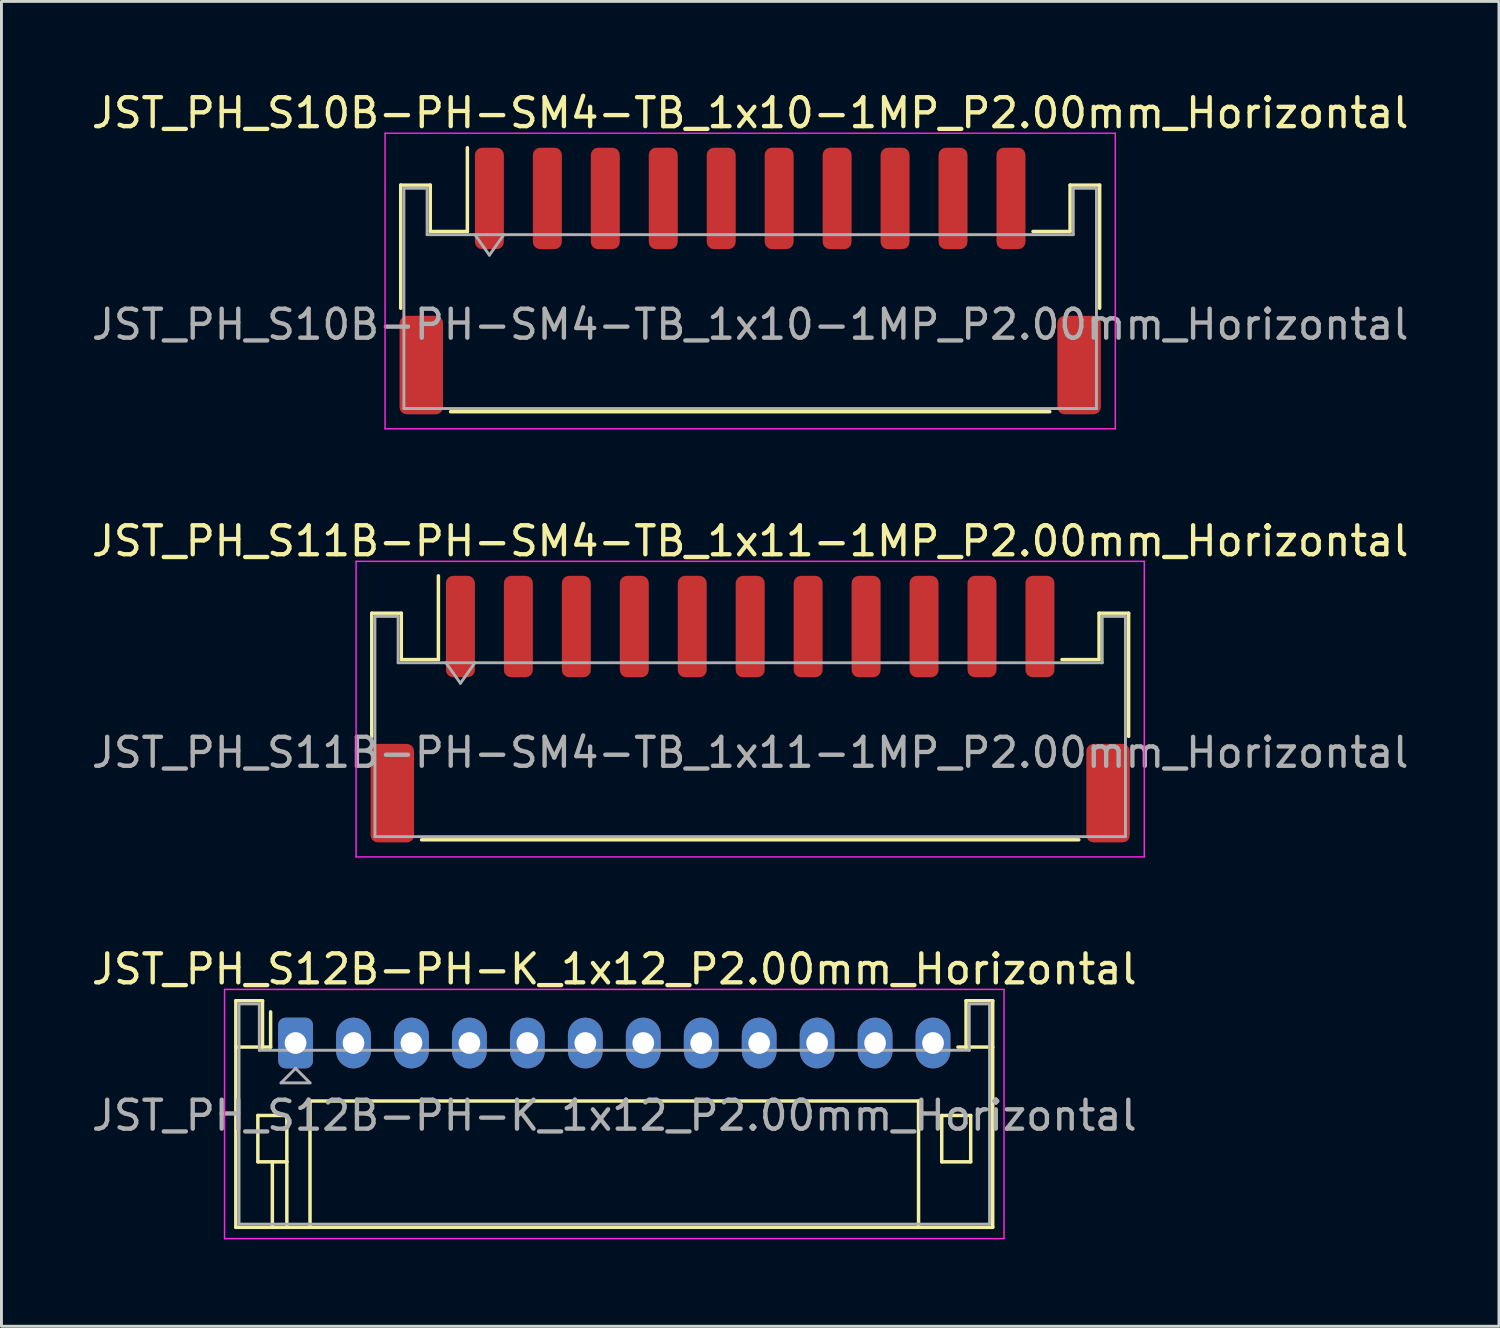
<source format=kicad_pcb>
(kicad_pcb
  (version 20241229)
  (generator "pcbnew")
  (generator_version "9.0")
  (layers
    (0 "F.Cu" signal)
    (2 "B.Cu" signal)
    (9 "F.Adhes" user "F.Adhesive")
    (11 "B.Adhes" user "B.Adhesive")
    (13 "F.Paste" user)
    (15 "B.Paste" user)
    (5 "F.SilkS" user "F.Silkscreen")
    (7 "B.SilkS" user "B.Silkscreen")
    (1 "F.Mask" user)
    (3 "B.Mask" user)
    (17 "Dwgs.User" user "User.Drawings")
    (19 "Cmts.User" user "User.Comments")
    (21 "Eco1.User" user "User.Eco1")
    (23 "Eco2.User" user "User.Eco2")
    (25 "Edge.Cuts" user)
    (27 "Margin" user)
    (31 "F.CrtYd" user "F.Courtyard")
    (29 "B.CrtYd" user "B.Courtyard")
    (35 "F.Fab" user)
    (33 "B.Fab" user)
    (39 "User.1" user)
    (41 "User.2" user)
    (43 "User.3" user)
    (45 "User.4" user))
  (footprint "JST_PH_S10B-PH-SM4-TB_1x10-1MP_P2.00mm_Horizontal"
    (layer "F.Cu")
    (at 22.839 6.648)
    (property "Reference" "JST_PH_S10B-PH-SM4-TB_1x10-1MP_P2.00mm_Horizontal" (at 0 -5.8 0) (layer "F.SilkS") (effects (font (size 1 1) (thickness 0.15))))
    (attr smd)
    (fp_line (start -12.06 -3.31) (end -11.04 -3.31) (stroke (width 0.12) (type solid)) (layer "F.SilkS"))
    (fp_line (start -12.06 0.94) (end -12.06 -3.31) (stroke (width 0.12) (type solid)) (layer "F.SilkS"))
    (fp_line (start -11.04 -3.31) (end -11.04 -1.71) (stroke (width 0.12) (type solid)) (layer "F.SilkS"))
    (fp_line (start -11.04 -1.71) (end -9.76 -1.71) (stroke (width 0.12) (type solid)) (layer "F.SilkS"))
    (fp_line (start -10.34 4.51) (end 10.34 4.51) (stroke (width 0.12) (type solid)) (layer "F.SilkS"))
    (fp_line (start -9.76 -1.71) (end -9.76 -4.6) (stroke (width 0.12) (type solid)) (layer "F.SilkS"))
    (fp_line (start 11.04 -3.31) (end 11.04 -1.71) (stroke (width 0.12) (type solid)) (layer "F.SilkS"))
    (fp_line (start 11.04 -1.71) (end 9.76 -1.71) (stroke (width 0.12) (type solid)) (layer "F.SilkS"))
    (fp_line (start 12.06 -3.31) (end 11.04 -3.31) (stroke (width 0.12) (type solid)) (layer "F.SilkS"))
    (fp_line (start 12.06 0.94) (end 12.06 -3.31) (stroke (width 0.12) (type solid)) (layer "F.SilkS"))
    (fp_line (start -12.6 -5.1) (end -12.6 5.1) (stroke (width 0.05) (type solid)) (layer "F.CrtYd"))
    (fp_line (start -12.6 5.1) (end 12.6 5.1) (stroke (width 0.05) (type solid)) (layer "F.CrtYd"))
    (fp_line (start 12.6 -5.1) (end -12.6 -5.1) (stroke (width 0.05) (type solid)) (layer "F.CrtYd"))
    (fp_line (start 12.6 5.1) (end 12.6 -5.1) (stroke (width 0.05) (type solid)) (layer "F.CrtYd"))
    (fp_line (start -11.95 -3.2) (end -11.95 4.4) (stroke (width 0.1) (type solid)) (layer "F.Fab"))
    (fp_line (start -11.95 -3.2) (end -11.15 -3.2) (stroke (width 0.1) (type solid)) (layer "F.Fab"))
    (fp_line (start -11.95 4.4) (end 11.95 4.4) (stroke (width 0.1) (type solid)) (layer "F.Fab"))
    (fp_line (start -11.15 -3.2) (end -11.15 -1.6) (stroke (width 0.1) (type solid)) (layer "F.Fab"))
    (fp_line (start -11.15 -1.6) (end 11.15 -1.6) (stroke (width 0.1) (type solid)) (layer "F.Fab"))
    (fp_line (start -9.5 -1.6) (end -9 -0.893) (stroke (width 0.1) (type solid)) (layer "F.Fab"))
    (fp_line (start -9 -0.893) (end -8.5 -1.6) (stroke (width 0.1) (type solid)) (layer "F.Fab"))
    (fp_line (start 11.15 -3.2) (end 11.95 -3.2) (stroke (width 0.1) (type solid)) (layer "F.Fab"))
    (fp_line (start 11.15 -1.6) (end 11.15 -3.2) (stroke (width 0.1) (type solid)) (layer "F.Fab"))
    (fp_line (start 11.95 -3.2) (end 11.95 4.4) (stroke (width 0.1) (type solid)) (layer "F.Fab"))
    (fp_text user "${REFERENCE}" (at 0 1.5 0) (layer "F.Fab") (effects (font (size 1 1) (thickness 0.15))))
    (pad "1" smd roundrect (at -9 -2.85) (size 1 3.5) (layers "F.Cu" "F.Mask" "F.Paste") (roundrect_rratio 0.25))
    (pad "2" smd roundrect (at -7 -2.85) (size 1 3.5) (layers "F.Cu" "F.Mask" "F.Paste") (roundrect_rratio 0.25))
    (pad "3" smd roundrect (at -5 -2.85) (size 1 3.5) (layers "F.Cu" "F.Mask" "F.Paste") (roundrect_rratio 0.25))
    (pad "4" smd roundrect (at -3 -2.85) (size 1 3.5) (layers "F.Cu" "F.Mask" "F.Paste") (roundrect_rratio 0.25))
    (pad "5" smd roundrect (at -1 -2.85) (size 1 3.5) (layers "F.Cu" "F.Mask" "F.Paste") (roundrect_rratio 0.25))
    (pad "6" smd roundrect (at 1 -2.85) (size 1 3.5) (layers "F.Cu" "F.Mask" "F.Paste") (roundrect_rratio 0.25))
    (pad "7" smd roundrect (at 3 -2.85) (size 1 3.5) (layers "F.Cu" "F.Mask" "F.Paste") (roundrect_rratio 0.25))
    (pad "8" smd roundrect (at 5 -2.85) (size 1 3.5) (layers "F.Cu" "F.Mask" "F.Paste") (roundrect_rratio 0.25))
    (pad "9" smd roundrect (at 7 -2.85) (size 1 3.5) (layers "F.Cu" "F.Mask" "F.Paste") (roundrect_rratio 0.25))
    (pad "10" smd roundrect (at 9 -2.85) (size 1 3.5) (layers "F.Cu" "F.Mask" "F.Paste") (roundrect_rratio 0.25))
    (pad "MP" smd roundrect (at -11.35 2.9) (size 1.5 3.4) (layers "F.Cu" "F.Mask" "F.Paste") (roundrect_rratio 0.167))
    (pad "MP" smd roundrect (at 11.35 2.9) (size 1.5 3.4) (layers "F.Cu" "F.Mask" "F.Paste") (roundrect_rratio 0.167)))
  (footprint "JST_PH_S11B-PH-SM4-TB_1x11-1MP_P2.00mm_Horizontal"
    (layer "F.Cu")
    (at 22.839 21.422)
    (property "Reference" "JST_PH_S11B-PH-SM4-TB_1x11-1MP_P2.00mm_Horizontal" (at 0 -5.8 0) (layer "F.SilkS") (effects (font (size 1 1) (thickness 0.15))))
    (attr smd)
    (fp_line (start -13.06 -3.31) (end -12.04 -3.31) (stroke (width 0.12) (type solid)) (layer "F.SilkS"))
    (fp_line (start -13.06 0.94) (end -13.06 -3.31) (stroke (width 0.12) (type solid)) (layer "F.SilkS"))
    (fp_line (start -12.04 -3.31) (end -12.04 -1.71) (stroke (width 0.12) (type solid)) (layer "F.SilkS"))
    (fp_line (start -12.04 -1.71) (end -10.76 -1.71) (stroke (width 0.12) (type solid)) (layer "F.SilkS"))
    (fp_line (start -11.34 4.51) (end 11.34 4.51) (stroke (width 0.12) (type solid)) (layer "F.SilkS"))
    (fp_line (start -10.76 -1.71) (end -10.76 -4.6) (stroke (width 0.12) (type solid)) (layer "F.SilkS"))
    (fp_line (start 12.04 -3.31) (end 12.04 -1.71) (stroke (width 0.12) (type solid)) (layer "F.SilkS"))
    (fp_line (start 12.04 -1.71) (end 10.76 -1.71) (stroke (width 0.12) (type solid)) (layer "F.SilkS"))
    (fp_line (start 13.06 -3.31) (end 12.04 -3.31) (stroke (width 0.12) (type solid)) (layer "F.SilkS"))
    (fp_line (start 13.06 0.94) (end 13.06 -3.31) (stroke (width 0.12) (type solid)) (layer "F.SilkS"))
    (fp_line (start -13.6 -5.1) (end -13.6 5.1) (stroke (width 0.05) (type solid)) (layer "F.CrtYd"))
    (fp_line (start -13.6 5.1) (end 13.6 5.1) (stroke (width 0.05) (type solid)) (layer "F.CrtYd"))
    (fp_line (start 13.6 -5.1) (end -13.6 -5.1) (stroke (width 0.05) (type solid)) (layer "F.CrtYd"))
    (fp_line (start 13.6 5.1) (end 13.6 -5.1) (stroke (width 0.05) (type solid)) (layer "F.CrtYd"))
    (fp_line (start -12.95 -3.2) (end -12.95 4.4) (stroke (width 0.1) (type solid)) (layer "F.Fab"))
    (fp_line (start -12.95 -3.2) (end -12.15 -3.2) (stroke (width 0.1) (type solid)) (layer "F.Fab"))
    (fp_line (start -12.95 4.4) (end 12.95 4.4) (stroke (width 0.1) (type solid)) (layer "F.Fab"))
    (fp_line (start -12.15 -3.2) (end -12.15 -1.6) (stroke (width 0.1) (type solid)) (layer "F.Fab"))
    (fp_line (start -12.15 -1.6) (end 12.15 -1.6) (stroke (width 0.1) (type solid)) (layer "F.Fab"))
    (fp_line (start -10.5 -1.6) (end -10 -0.893) (stroke (width 0.1) (type solid)) (layer "F.Fab"))
    (fp_line (start -10 -0.893) (end -9.5 -1.6) (stroke (width 0.1) (type solid)) (layer "F.Fab"))
    (fp_line (start 12.15 -3.2) (end 12.95 -3.2) (stroke (width 0.1) (type solid)) (layer "F.Fab"))
    (fp_line (start 12.15 -1.6) (end 12.15 -3.2) (stroke (width 0.1) (type solid)) (layer "F.Fab"))
    (fp_line (start 12.95 -3.2) (end 12.95 4.4) (stroke (width 0.1) (type solid)) (layer "F.Fab"))
    (fp_text user "${REFERENCE}" (at 0 1.5 0) (layer "F.Fab") (effects (font (size 1 1) (thickness 0.15))))
    (pad "1" smd roundrect (at -10 -2.85) (size 1 3.5) (layers "F.Cu" "F.Mask" "F.Paste") (roundrect_rratio 0.25))
    (pad "2" smd roundrect (at -8 -2.85) (size 1 3.5) (layers "F.Cu" "F.Mask" "F.Paste") (roundrect_rratio 0.25))
    (pad "3" smd roundrect (at -6 -2.85) (size 1 3.5) (layers "F.Cu" "F.Mask" "F.Paste") (roundrect_rratio 0.25))
    (pad "4" smd roundrect (at -4 -2.85) (size 1 3.5) (layers "F.Cu" "F.Mask" "F.Paste") (roundrect_rratio 0.25))
    (pad "5" smd roundrect (at -2 -2.85) (size 1 3.5) (layers "F.Cu" "F.Mask" "F.Paste") (roundrect_rratio 0.25))
    (pad "6" smd roundrect (at 0 -2.85) (size 1 3.5) (layers "F.Cu" "F.Mask" "F.Paste") (roundrect_rratio 0.25))
    (pad "7" smd roundrect (at 2 -2.85) (size 1 3.5) (layers "F.Cu" "F.Mask" "F.Paste") (roundrect_rratio 0.25))
    (pad "8" smd roundrect (at 4 -2.85) (size 1 3.5) (layers "F.Cu" "F.Mask" "F.Paste") (roundrect_rratio 0.25))
    (pad "9" smd roundrect (at 6 -2.85) (size 1 3.5) (layers "F.Cu" "F.Mask" "F.Paste") (roundrect_rratio 0.25))
    (pad "10" smd roundrect (at 8 -2.85) (size 1 3.5) (layers "F.Cu" "F.Mask" "F.Paste") (roundrect_rratio 0.25))
    (pad "11" smd roundrect (at 10 -2.85) (size 1 3.5) (layers "F.Cu" "F.Mask" "F.Paste") (roundrect_rratio 0.25))
    (pad "MP" smd roundrect (at -12.35 2.9) (size 1.5 3.4) (layers "F.Cu" "F.Mask" "F.Paste") (roundrect_rratio 0.167))
    (pad "MP" smd roundrect (at 12.35 2.9) (size 1.5 3.4) (layers "F.Cu" "F.Mask" "F.Paste") (roundrect_rratio 0.167)))
  (footprint "JST_PH_S12B-PH-K_1x12_P2.00mm_Horizontal"
    (layer "F.Cu")
    (at 7.149 32.945)
    (property "Reference" "JST_PH_S12B-PH-K_1x12_P2.00mm_Horizontal" (at 11 -2.55 0) (layer "F.SilkS") (effects (font (size 1 1) (thickness 0.15))))
    (attr through_hole)
    (fp_line (start -2.06 -1.46) (end -2.06 6.36) (stroke (width 0.12) (type solid)) (layer "F.SilkS"))
    (fp_line (start -2.06 0.14) (end -1.14 0.14) (stroke (width 0.12) (type solid)) (layer "F.SilkS"))
    (fp_line (start -2.06 6.36) (end 24.06 6.36) (stroke (width 0.12) (type solid)) (layer "F.SilkS"))
    (fp_line (start -1.3 2.5) (end -1.3 4.1) (stroke (width 0.12) (type solid)) (layer "F.SilkS"))
    (fp_line (start -1.3 4.1) (end -0.3 4.1) (stroke (width 0.12) (type solid)) (layer "F.SilkS"))
    (fp_line (start -1.14 -1.46) (end -2.06 -1.46) (stroke (width 0.12) (type solid)) (layer "F.SilkS"))
    (fp_line (start -1.14 0.14) (end -1.14 -1.46) (stroke (width 0.12) (type solid)) (layer "F.SilkS"))
    (fp_line (start -0.86 0.14) (end -1.14 0.14) (stroke (width 0.12) (type solid)) (layer "F.SilkS"))
    (fp_line (start -0.86 0.14) (end -0.86 -1.075) (stroke (width 0.12) (type solid)) (layer "F.SilkS"))
    (fp_line (start -0.8 4.1) (end -0.8 6.36) (stroke (width 0.12) (type solid)) (layer "F.SilkS"))
    (fp_line (start -0.3 2.5) (end -1.3 2.5) (stroke (width 0.12) (type solid)) (layer "F.SilkS"))
    (fp_line (start -0.3 4.1) (end -0.3 2.5) (stroke (width 0.12) (type solid)) (layer "F.SilkS"))
    (fp_line (start -0.3 4.1) (end -0.3 6.36) (stroke (width 0.12) (type solid)) (layer "F.SilkS"))
    (fp_line (start 0.5 2) (end 21.5 2) (stroke (width 0.12) (type solid)) (layer "F.SilkS"))
    (fp_line (start 0.5 6.36) (end 0.5 2) (stroke (width 0.12) (type solid)) (layer "F.SilkS"))
    (fp_line (start 21.5 2) (end 21.5 6.36) (stroke (width 0.12) (type solid)) (layer "F.SilkS"))
    (fp_line (start 22.3 2.5) (end 23.3 2.5) (stroke (width 0.12) (type solid)) (layer "F.SilkS"))
    (fp_line (start 22.3 4.1) (end 22.3 2.5) (stroke (width 0.12) (type solid)) (layer "F.SilkS"))
    (fp_line (start 23.14 -1.46) (end 23.14 0.14) (stroke (width 0.12) (type solid)) (layer "F.SilkS"))
    (fp_line (start 23.14 0.14) (end 22.86 0.14) (stroke (width 0.12) (type solid)) (layer "F.SilkS"))
    (fp_line (start 23.3 2.5) (end 23.3 4.1) (stroke (width 0.12) (type solid)) (layer "F.SilkS"))
    (fp_line (start 23.3 4.1) (end 22.3 4.1) (stroke (width 0.12) (type solid)) (layer "F.SilkS"))
    (fp_line (start 24.06 -1.46) (end 23.14 -1.46) (stroke (width 0.12) (type solid)) (layer "F.SilkS"))
    (fp_line (start 24.06 0.14) (end 23.14 0.14) (stroke (width 0.12) (type solid)) (layer "F.SilkS"))
    (fp_line (start 24.06 6.36) (end 24.06 -1.46) (stroke (width 0.12) (type solid)) (layer "F.SilkS"))
    (fp_line (start -2.45 -1.85) (end -2.45 6.75) (stroke (width 0.05) (type solid)) (layer "F.CrtYd"))
    (fp_line (start -2.45 6.75) (end 24.45 6.75) (stroke (width 0.05) (type solid)) (layer "F.CrtYd"))
    (fp_line (start 24.45 -1.85) (end -2.45 -1.85) (stroke (width 0.05) (type solid)) (layer "F.CrtYd"))
    (fp_line (start 24.45 6.75) (end 24.45 -1.85) (stroke (width 0.05) (type solid)) (layer "F.CrtYd"))
    (fp_line (start -1.95 -1.35) (end -1.95 6.25) (stroke (width 0.1) (type solid)) (layer "F.Fab"))
    (fp_line (start -1.95 6.25) (end 23.95 6.25) (stroke (width 0.1) (type solid)) (layer "F.Fab"))
    (fp_line (start -1.25 -1.35) (end -1.95 -1.35) (stroke (width 0.1) (type solid)) (layer "F.Fab"))
    (fp_line (start -1.25 0.25) (end -1.25 -1.35) (stroke (width 0.1) (type solid)) (layer "F.Fab"))
    (fp_line (start -0.5 1.375) (end 0.5 1.375) (stroke (width 0.1) (type solid)) (layer "F.Fab"))
    (fp_line (start 0 0.875) (end -0.5 1.375) (stroke (width 0.1) (type solid)) (layer "F.Fab"))
    (fp_line (start 0.5 1.375) (end 0 0.875) (stroke (width 0.1) (type solid)) (layer "F.Fab"))
    (fp_line (start 23.25 -1.35) (end 23.25 0.25) (stroke (width 0.1) (type solid)) (layer "F.Fab"))
    (fp_line (start 23.25 0.25) (end -1.25 0.25) (stroke (width 0.1) (type solid)) (layer "F.Fab"))
    (fp_line (start 23.95 -1.35) (end 23.25 -1.35) (stroke (width 0.1) (type solid)) (layer "F.Fab"))
    (fp_line (start 23.95 6.25) (end 23.95 -1.35) (stroke (width 0.1) (type solid)) (layer "F.Fab"))
    (fp_text user "${REFERENCE}" (at 11 2.5 0) (layer "F.Fab") (effects (font (size 1 1) (thickness 0.15))))
    (pad "1" thru_hole roundrect (at 0 0) (size 1.2 1.75) (drill 0.75) (layers "*.Cu" "*.Mask") (roundrect_rratio 0.208))
    (pad "2" thru_hole oval (at 2 0) (size 1.2 1.75) (drill 0.75) (layers "*.Cu" "*.Mask"))
    (pad "3" thru_hole oval (at 4 0) (size 1.2 1.75) (drill 0.75) (layers "*.Cu" "*.Mask"))
    (pad "4" thru_hole oval (at 6 0) (size 1.2 1.75) (drill 0.75) (layers "*.Cu" "*.Mask"))
    (pad "5" thru_hole oval (at 8 0) (size 1.2 1.75) (drill 0.75) (layers "*.Cu" "*.Mask"))
    (pad "6" thru_hole oval (at 10 0) (size 1.2 1.75) (drill 0.75) (layers "*.Cu" "*.Mask"))
    (pad "7" thru_hole oval (at 12 0) (size 1.2 1.75) (drill 0.75) (layers "*.Cu" "*.Mask"))
    (pad "8" thru_hole oval (at 14 0) (size 1.2 1.75) (drill 0.75) (layers "*.Cu" "*.Mask"))
    (pad "9" thru_hole oval (at 16 0) (size 1.2 1.75) (drill 0.75) (layers "*.Cu" "*.Mask"))
    (pad "10" thru_hole oval (at 18 0) (size 1.2 1.75) (drill 0.75) (layers "*.Cu" "*.Mask"))
    (pad "11" thru_hole oval (at 20 0) (size 1.2 1.75) (drill 0.75) (layers "*.Cu" "*.Mask"))
    (pad "12" thru_hole oval (at 22 0) (size 1.2 1.75) (drill 0.75) (layers "*.Cu" "*.Mask")))
  (gr_rect
    (start -3 -3)
    (end 48.679 42.72)
    (stroke (width 0.1) (type default))
    (fill no)
    (layer "Edge.Cuts")))
</source>
